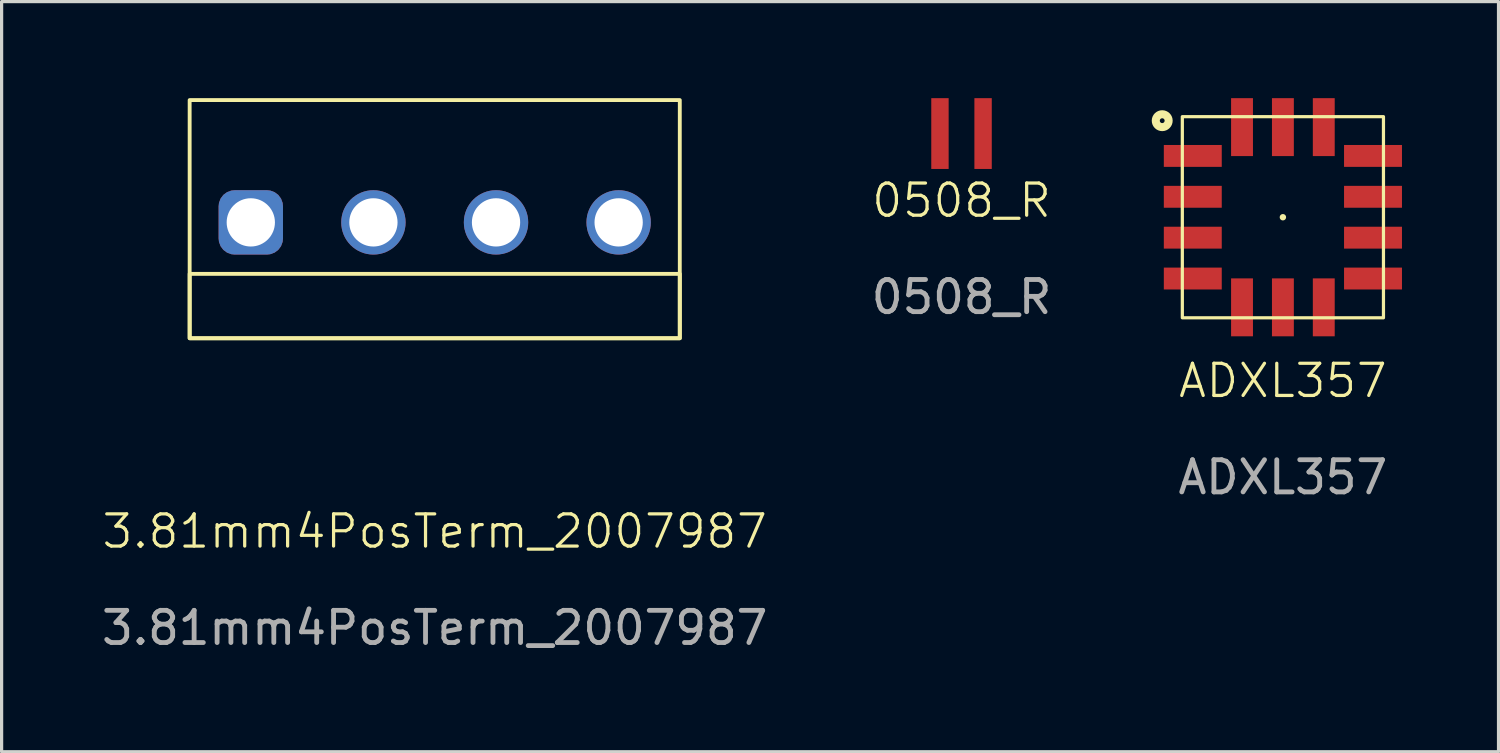
<source format=kicad_pcb>
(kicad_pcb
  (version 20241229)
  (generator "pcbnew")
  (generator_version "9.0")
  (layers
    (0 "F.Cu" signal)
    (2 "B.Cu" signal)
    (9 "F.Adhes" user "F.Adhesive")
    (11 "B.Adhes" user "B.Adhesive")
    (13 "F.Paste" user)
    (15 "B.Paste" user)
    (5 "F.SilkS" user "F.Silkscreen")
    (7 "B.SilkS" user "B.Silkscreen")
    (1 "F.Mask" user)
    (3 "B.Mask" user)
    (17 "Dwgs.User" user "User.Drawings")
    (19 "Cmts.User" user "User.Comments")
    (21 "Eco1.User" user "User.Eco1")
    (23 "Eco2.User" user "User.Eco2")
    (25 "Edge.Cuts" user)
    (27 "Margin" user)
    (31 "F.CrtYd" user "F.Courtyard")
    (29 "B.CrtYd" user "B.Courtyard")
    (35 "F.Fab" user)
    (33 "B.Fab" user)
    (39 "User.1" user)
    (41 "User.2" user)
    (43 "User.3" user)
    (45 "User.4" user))
  (footprint "3.81mm4PosTerm_2007987"
    (layer "F.Cu")
    (at 10.458 3.76)
    (property "Reference" "3.81mm4PosTerm_2007987" (at 0 9.7 0) (unlocked yes) (layer "F.SilkS") (effects (font (size 1 1) (thickness 0.1))))
    (attr smd)
    (fp_rect (start -7.615 3.7) (end 7.615 -3.7) (stroke (width 0.12) (type solid)) (fill no) (layer "F.SilkS"))
    (fp_rect (start -7.615 3.7) (end 7.615 1.7) (stroke (width 0.12) (type solid)) (fill no) (layer "F.SilkS"))
    (fp_text user "${REFERENCE}" (at 0 12.7 0) (unlocked yes) (layer "F.Fab") (effects (font (size 1 1) (thickness 0.15))))
    (pad "1" thru_hole roundrect (at -5.715 0.1) (size 2 2) (drill 1.5) (layers "*.Cu" "*.Mask") (roundrect_rratio 0.25))
    (pad "2" thru_hole circle (at -1.905 0.1) (size 2 2) (drill 1.5) (layers "*.Cu" "*.Mask"))
    (pad "3" thru_hole circle (at 1.905 0.1) (size 2 2) (drill 1.5) (layers "*.Cu" "*.Mask"))
    (pad "4" thru_hole circle (at 5.715 0.1) (size 2 2) (drill 1.5) (layers "*.Cu" "*.Mask")))
  (footprint "ADXL357"
    (layer "F.Cu")
    (at 36.813 3.7)
    (property "Reference" "ADXL357" (at 0 5.08 0) (unlocked yes) (layer "F.SilkS") (effects (font (size 1 1) (thickness 0.1))))
    (attr smd)
    (fp_rect (start -3.125 -3.125) (end 3.125 3.125) (stroke (width 0.1) (type default)) (fill no) (layer "F.SilkS"))
    (fp_circle (center -3.75 -3) (end -3.55 -3) (stroke (width 0.25) (type default)) (fill no) (layer "F.SilkS"))
    (fp_circle (center 0 0) (end 0 0) (stroke (width 0.1) (type default)) (fill no) (layer "F.SilkS"))
    (fp_text user "${REFERENCE}" (at 0 8.08 0) (unlocked yes) (layer "F.Fab") (effects (font (size 1 1) (thickness 0.15))))
    (pad "1" smd rect (at -2.8 -1.905) (size 1.8 0.68) (layers "F.Cu" "F.Mask" "F.Paste"))
    (pad "2" smd rect (at -2.8 -0.635) (size 1.8 0.68) (layers "F.Cu" "F.Mask" "F.Paste"))
    (pad "3" smd rect (at -2.8 0.635) (size 1.8 0.68) (layers "F.Cu" "F.Mask" "F.Paste"))
    (pad "4" smd rect (at -2.8 1.905) (size 1.8 0.68) (layers "F.Cu" "F.Mask" "F.Paste"))
    (pad "5" smd rect (at -1.27 2.8 90) (size 1.8 0.68) (layers "F.Cu" "F.Mask" "F.Paste"))
    (pad "6" smd rect (at 0 2.8 90) (size 1.8 0.68) (layers "F.Cu" "F.Mask" "F.Paste"))
    (pad "7" smd rect (at 1.27 2.8 90) (size 1.8 0.68) (layers "F.Cu" "F.Mask" "F.Paste"))
    (pad "8" smd rect (at 2.8 1.905) (size 1.8 0.68) (layers "F.Cu" "F.Mask" "F.Paste"))
    (pad "9" smd rect (at 2.8 0.635) (size 1.8 0.68) (layers "F.Cu" "F.Mask" "F.Paste"))
    (pad "10" smd rect (at 2.8 -0.635) (size 1.8 0.68) (layers "F.Cu" "F.Mask" "F.Paste"))
    (pad "11" smd rect (at 2.8 -1.905) (size 1.8 0.68) (layers "F.Cu" "F.Mask" "F.Paste"))
    (pad "12" smd rect (at 1.27 -2.8 90) (size 1.8 0.68) (layers "F.Cu" "F.Mask" "F.Paste"))
    (pad "13" smd rect (at 0 -2.8 90) (size 1.8 0.68) (layers "F.Cu" "F.Mask" "F.Paste"))
    (pad "14" smd rect (at -1.27 -2.8 90) (size 1.8 0.68) (layers "F.Cu" "F.Mask" "F.Paste")))
  (footprint "0508_R"
    (layer "F.Cu")
    (at 26.827 1.1)
    (property "Reference" "0508_R" (at 0 2.08 0) (unlocked yes) (layer "F.SilkS") (effects (font (size 1 1) (thickness 0.1))))
    (attr smd)
    (fp_text user "${REFERENCE}" (at 0 5.08 0) (unlocked yes) (layer "F.Fab") (effects (font (size 1 1) (thickness 0.15))))
    (pad "1" smd rect (at -0.67 0) (size 0.54 2.2) (layers "F.Cu" "F.Mask" "F.Paste"))
    (pad "2" smd rect (at 0.67 0) (size 0.54 2.2) (layers "F.Cu" "F.Mask" "F.Paste")))
  (gr_rect
    (start -3 -3)
    (end 43.513 20.308)
    (stroke (width 0.1) (type default))
    (fill no)
    (layer "Edge.Cuts")))
</source>
